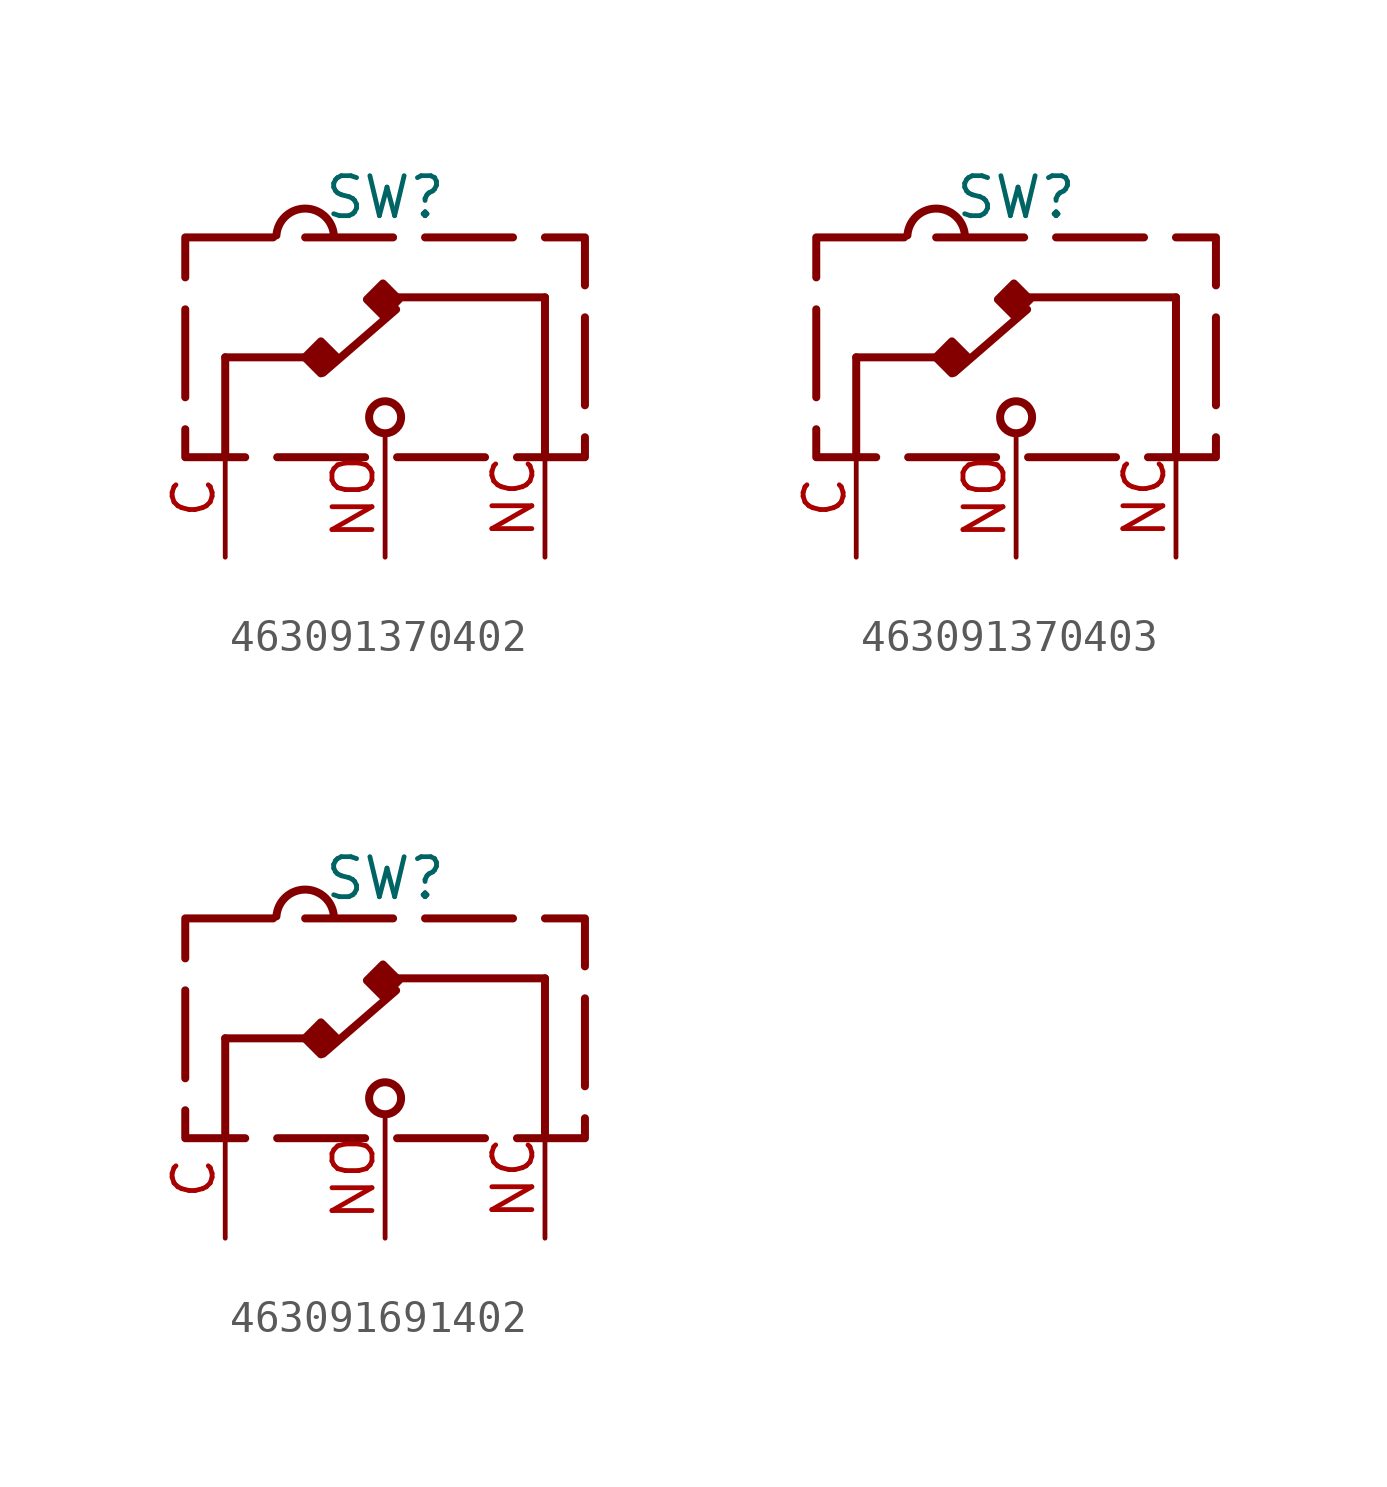
<source format=kicad_sym>
(kicad_symbol_lib
  (version 20220914)
  (generator kicad_symbol_editor)
  (symbol "463091370402"
    (pin_names hide)
    (property "Reference" "SW"
      (at 0 5.08 0)
      (effects (font (size 1.27 1.27))))
    (property "Critical Parameter" ""
      (at 0 -5.08 0)
      (effects (font (size 1.27 1.27))))
    (symbol "463091370402_0_0"
      (circle (center 0 -1.905) (radius 0.508) (stroke (width 0.254) (type default)) (fill (type none)))
      (polyline (pts (xy -5.08 0) (xy -5.08 -3.175)) (stroke (width 0.254) (type default)) (fill (type none)))
      (polyline (pts (xy -5.08 0) (xy -2.54 0)) (stroke (width 0.254) (type default)) (fill (type none)))
      (polyline (pts (xy -1.97 -0.49) (xy 0.35 1.52)) (stroke (width 0.254) (type default)) (fill (type none)))
      (polyline (pts (xy 0 1.905) (xy 5.08 1.905)) (stroke (width 0.254) (type default)) (fill (type none)))
      (polyline (pts (xy 5.08 1.905) (xy 5.08 -3.175)) (stroke (width 0.254) (type default)) (fill (type none)))
      (polyline (pts (xy -1.532 -0.002) (xy -2.04 -0.51) (xy -2.548 -0.002) (xy -2.04 0.506) (xy -1.532 -0.002)) (stroke (width 0.254) (type default)) (fill (type outline)))
      (polyline (pts (xy 0.438 1.838) (xy -0.07 1.33) (xy -0.578 1.838) (xy -0.07 2.346) (xy 0.438 1.838)) (stroke (width 0.254) (type default)) (fill (type outline))))
    (symbol "463091370402_1_0"
      (rectangle (start -6.35 3.81) (end 6.35 -3.175) (stroke (width 0.254) (type dash)) (fill (type none)))
      (arc (start -1.6331 3.935) (mid -2.5702 4.725) (end -3.4531 3.875) (stroke (width 0.254) (type default)) (fill (type none)))
      (pin passive line (at -5.08 -6.35 90) (length 3.81) (name "COM" (effects (font (size 1.27 1.27)))) (number "C" (effects (font (size 1.27 1.27)))))
      (pin passive line (at 5.08 -6.35 90) (length 3.81) (name "NC" (effects (font (size 1.27 1.27)))) (number "NC" (effects (font (size 1.27 1.27)))))
      (pin passive line (at 0 -6.35 90) (length 3.81) (name "NO" (effects (font (size 1.27 1.27)))) (number "NO" (effects (font (size 1.27 1.27)))))))
  (symbol "463091370403"
    (pin_names hide)
    (property "Reference" "SW"
      (at 0 5.08 0)
      (effects (font (size 1.27 1.27))))
    (property "Critical Parameter" ""
      (at 0 -5.08 0)
      (effects (font (size 1.27 1.27))))
    (symbol "463091370403_0_0"
      (circle (center 0 -1.905) (radius 0.508) (stroke (width 0.254) (type default)) (fill (type none)))
      (polyline (pts (xy -5.08 0) (xy -5.08 -3.175)) (stroke (width 0.254) (type default)) (fill (type none)))
      (polyline (pts (xy -5.08 0) (xy -2.54 0)) (stroke (width 0.254) (type default)) (fill (type none)))
      (polyline (pts (xy -1.97 -0.49) (xy 0.35 1.52)) (stroke (width 0.254) (type default)) (fill (type none)))
      (polyline (pts (xy 0 1.905) (xy 5.08 1.905)) (stroke (width 0.254) (type default)) (fill (type none)))
      (polyline (pts (xy 5.08 1.905) (xy 5.08 -3.175)) (stroke (width 0.254) (type default)) (fill (type none)))
      (polyline (pts (xy -1.532 -0.002) (xy -2.04 -0.51) (xy -2.548 -0.002) (xy -2.04 0.506) (xy -1.532 -0.002)) (stroke (width 0.254) (type default)) (fill (type outline)))
      (polyline (pts (xy 0.438 1.838) (xy -0.07 1.33) (xy -0.578 1.838) (xy -0.07 2.346) (xy 0.438 1.838)) (stroke (width 0.254) (type default)) (fill (type outline))))
    (symbol "463091370403_1_0"
      (rectangle (start -6.35 3.81) (end 6.35 -3.175) (stroke (width 0.254) (type dash)) (fill (type none)))
      (arc (start -1.6331 3.935) (mid -2.5702 4.725) (end -3.4531 3.875) (stroke (width 0.254) (type default)) (fill (type none)))
      (pin passive line (at -5.08 -6.35 90) (length 3.81) (name "COM" (effects (font (size 1.27 1.27)))) (number "C" (effects (font (size 1.27 1.27)))))
      (pin passive line (at 5.08 -6.35 90) (length 3.81) (name "NC" (effects (font (size 1.27 1.27)))) (number "NC" (effects (font (size 1.27 1.27)))))
      (pin passive line (at 0 -6.35 90) (length 3.81) (name "NO" (effects (font (size 1.27 1.27)))) (number "NO" (effects (font (size 1.27 1.27)))))))
  (symbol "463091691402"
    (pin_names hide)
    (property "Reference" "SW"
      (at 0 5.08 0)
      (effects (font (size 1.27 1.27))))
    (property "Critical Parameter" ""
      (at 0 -5.08 0)
      (effects (font (size 1.27 1.27))))
    (symbol "463091691402_0_0"
      (circle (center 0 -1.905) (radius 0.508) (stroke (width 0.254) (type default)) (fill (type none)))
      (polyline (pts (xy -5.08 0) (xy -5.08 -3.175)) (stroke (width 0.254) (type default)) (fill (type none)))
      (polyline (pts (xy -5.08 0) (xy -2.54 0)) (stroke (width 0.254) (type default)) (fill (type none)))
      (polyline (pts (xy -1.97 -0.49) (xy 0.35 1.52)) (stroke (width 0.254) (type default)) (fill (type none)))
      (polyline (pts (xy 0 1.905) (xy 5.08 1.905)) (stroke (width 0.254) (type default)) (fill (type none)))
      (polyline (pts (xy 5.08 1.905) (xy 5.08 -3.175)) (stroke (width 0.254) (type default)) (fill (type none)))
      (polyline (pts (xy -1.532 -0.002) (xy -2.04 -0.51) (xy -2.548 -0.002) (xy -2.04 0.506) (xy -1.532 -0.002)) (stroke (width 0.254) (type default)) (fill (type outline)))
      (polyline (pts (xy 0.438 1.838) (xy -0.07 1.33) (xy -0.578 1.838) (xy -0.07 2.346) (xy 0.438 1.838)) (stroke (width 0.254) (type default)) (fill (type outline))))
    (symbol "463091691402_1_0"
      (rectangle (start -6.35 3.81) (end 6.35 -3.175) (stroke (width 0.254) (type dash)) (fill (type none)))
      (arc (start -1.6331 3.935) (mid -2.5702 4.725) (end -3.4531 3.875) (stroke (width 0.254) (type default)) (fill (type none)))
      (pin passive line (at -5.08 -6.35 90) (length 3.81) (name "COM" (effects (font (size 1.27 1.27)))) (number "C" (effects (font (size 1.27 1.27)))))
      (pin passive line (at 5.08 -6.35 90) (length 3.81) (name "NC" (effects (font (size 1.27 1.27)))) (number "NC" (effects (font (size 1.27 1.27)))))
      (pin passive line (at 0 -6.35 90) (length 3.81) (name "NO" (effects (font (size 1.27 1.27)))) (number "NO" (effects (font (size 1.27 1.27))))))))
</source>
